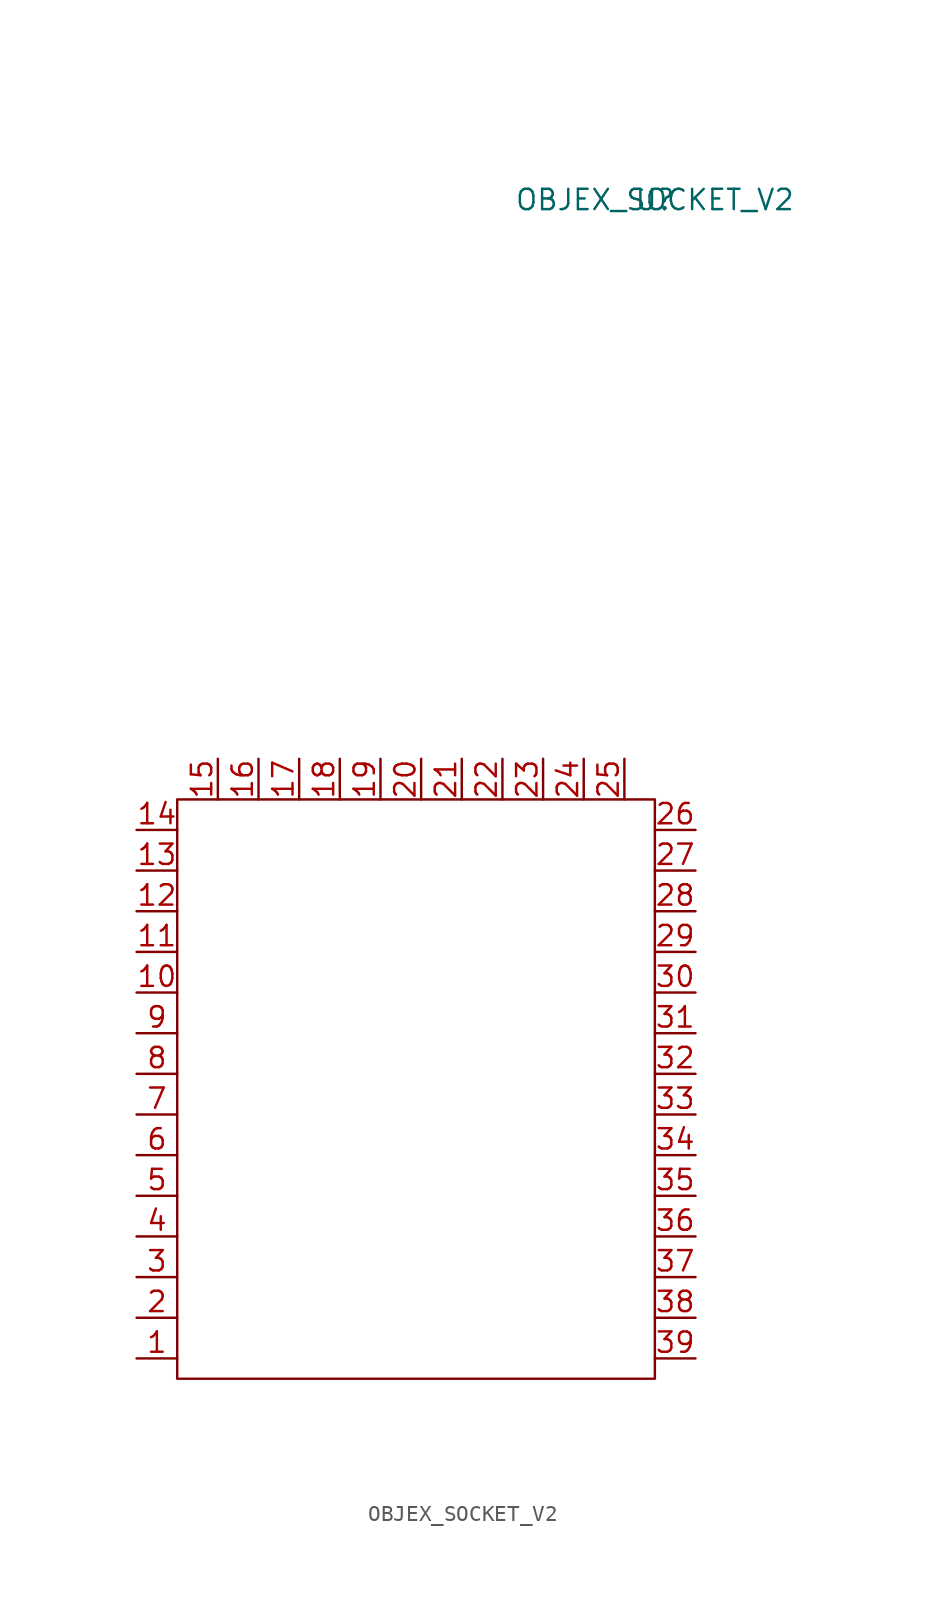
<source format=kicad_sym>
(kicad_symbol_lib
  (version 20211014)
  (generator kicad_symbol_editor)
  (symbol "OBJEX_SOCKET_V2"
    (pin_names
      (offset 1.016))
    (property "Reference" "U"
      (at 14.605 28.575 0)
      (effects (font (size 1.27 1.27))))
    (property "Value" "OBJEX_SOCKET_V2"
      (at 14.605 28.575 0)
      (effects (font (size 1.27 1.27))))
    (symbol "OBJEX_SOCKET_V2_0_1"
      (rectangle (start -15.24 -8.89) (end 14.605 -45.085) (stroke (width 0) (type default) (color 0 0 0 0)) (fill (type none))))
    (symbol "OBJEX_SOCKET_V2_1_1"
      (pin input line (at -17.78 -43.815 0) (length 2.54) (name "~" (effects (font (size 1.27 1.27)))) (number "1" (effects (font (size 1.27 1.27)))))
      (pin input line (at -17.78 -20.955 0) (length 2.54) (name "~" (effects (font (size 1.27 1.27)))) (number "10" (effects (font (size 1.27 1.27)))))
      (pin input line (at -17.78 -18.415 0) (length 2.54) (name "~" (effects (font (size 1.27 1.27)))) (number "11" (effects (font (size 1.27 1.27)))))
      (pin input line (at -17.78 -15.875 0) (length 2.54) (name "~" (effects (font (size 1.27 1.27)))) (number "12" (effects (font (size 1.27 1.27)))))
      (pin input line (at -17.78 -13.335 0) (length 2.54) (name "~" (effects (font (size 1.27 1.27)))) (number "13" (effects (font (size 1.27 1.27)))))
      (pin input line (at -17.78 -10.795 0) (length 2.54) (name "~" (effects (font (size 1.27 1.27)))) (number "14" (effects (font (size 1.27 1.27)))))
      (pin input line (at -12.7 -6.35 270) (length 2.54) (name "~" (effects (font (size 1.27 1.27)))) (number "15" (effects (font (size 1.27 1.27)))))
      (pin input line (at -10.16 -6.35 270) (length 2.54) (name "~" (effects (font (size 1.27 1.27)))) (number "16" (effects (font (size 1.27 1.27)))))
      (pin input line (at -7.62 -6.35 270) (length 2.54) (name "~" (effects (font (size 1.27 1.27)))) (number "17" (effects (font (size 1.27 1.27)))))
      (pin input line (at -5.08 -6.35 270) (length 2.54) (name "~" (effects (font (size 1.27 1.27)))) (number "18" (effects (font (size 1.27 1.27)))))
      (pin input line (at -2.54 -6.35 270) (length 2.54) (name "~" (effects (font (size 1.27 1.27)))) (number "19" (effects (font (size 1.27 1.27)))))
      (pin input line (at -17.78 -41.275 0) (length 2.54) (name "~" (effects (font (size 1.27 1.27)))) (number "2" (effects (font (size 1.27 1.27)))))
      (pin input line (at 0 -6.35 270) (length 2.54) (name "~" (effects (font (size 1.27 1.27)))) (number "20" (effects (font (size 1.27 1.27)))))
      (pin input line (at 2.54 -6.35 270) (length 2.54) (name "~" (effects (font (size 1.27 1.27)))) (number "21" (effects (font (size 1.27 1.27)))))
      (pin input line (at 5.08 -6.35 270) (length 2.54) (name "~" (effects (font (size 1.27 1.27)))) (number "22" (effects (font (size 1.27 1.27)))))
      (pin input line (at 7.62 -6.35 270) (length 2.54) (name "~" (effects (font (size 1.27 1.27)))) (number "23" (effects (font (size 1.27 1.27)))))
      (pin input line (at 10.16 -6.35 270) (length 2.54) (name "~" (effects (font (size 1.27 1.27)))) (number "24" (effects (font (size 1.27 1.27)))))
      (pin input line (at 12.7 -6.35 270) (length 2.54) (name "~" (effects (font (size 1.27 1.27)))) (number "25" (effects (font (size 1.27 1.27)))))
      (pin input line (at 17.145 -10.795 180) (length 2.54) (name "~" (effects (font (size 1.27 1.27)))) (number "26" (effects (font (size 1.27 1.27)))))
      (pin input line (at 17.145 -13.335 180) (length 2.54) (name "~" (effects (font (size 1.27 1.27)))) (number "27" (effects (font (size 1.27 1.27)))))
      (pin input line (at 17.145 -15.875 180) (length 2.54) (name "~" (effects (font (size 1.27 1.27)))) (number "28" (effects (font (size 1.27 1.27)))))
      (pin input line (at 17.145 -18.415 180) (length 2.54) (name "~" (effects (font (size 1.27 1.27)))) (number "29" (effects (font (size 1.27 1.27)))))
      (pin input line (at -17.78 -38.735 0) (length 2.54) (name "~" (effects (font (size 1.27 1.27)))) (number "3" (effects (font (size 1.27 1.27)))))
      (pin input line (at 17.145 -20.955 180) (length 2.54) (name "~" (effects (font (size 1.27 1.27)))) (number "30" (effects (font (size 1.27 1.27)))))
      (pin input line (at 17.145 -23.495 180) (length 2.54) (name "~" (effects (font (size 1.27 1.27)))) (number "31" (effects (font (size 1.27 1.27)))))
      (pin input line (at 17.145 -26.035 180) (length 2.54) (name "~" (effects (font (size 1.27 1.27)))) (number "32" (effects (font (size 1.27 1.27)))))
      (pin input line (at 17.145 -28.575 180) (length 2.54) (name "~" (effects (font (size 1.27 1.27)))) (number "33" (effects (font (size 1.27 1.27)))))
      (pin input line (at 17.145 -31.115 180) (length 2.54) (name "~" (effects (font (size 1.27 1.27)))) (number "34" (effects (font (size 1.27 1.27)))))
      (pin input line (at 17.145 -33.655 180) (length 2.54) (name "~" (effects (font (size 1.27 1.27)))) (number "35" (effects (font (size 1.27 1.27)))))
      (pin input line (at 17.145 -36.195 180) (length 2.54) (name "~" (effects (font (size 1.27 1.27)))) (number "36" (effects (font (size 1.27 1.27)))))
      (pin input line (at 17.145 -38.735 180) (length 2.54) (name "~" (effects (font (size 1.27 1.27)))) (number "37" (effects (font (size 1.27 1.27)))))
      (pin input line (at 17.145 -41.275 180) (length 2.54) (name "~" (effects (font (size 1.27 1.27)))) (number "38" (effects (font (size 1.27 1.27)))))
      (pin input line (at 17.145 -43.815 180) (length 2.54) (name "~" (effects (font (size 1.27 1.27)))) (number "39" (effects (font (size 1.27 1.27)))))
      (pin input line (at -17.78 -36.195 0) (length 2.54) (name "~" (effects (font (size 1.27 1.27)))) (number "4" (effects (font (size 1.27 1.27)))))
      (pin input line (at -17.78 -33.655 0) (length 2.54) (name "~" (effects (font (size 1.27 1.27)))) (number "5" (effects (font (size 1.27 1.27)))))
      (pin input line (at -17.78 -31.115 0) (length 2.54) (name "~" (effects (font (size 1.27 1.27)))) (number "6" (effects (font (size 1.27 1.27)))))
      (pin input line (at -17.78 -28.575 0) (length 2.54) (name "~" (effects (font (size 1.27 1.27)))) (number "7" (effects (font (size 1.27 1.27)))))
      (pin input line (at -17.78 -26.035 0) (length 2.54) (name "~" (effects (font (size 1.27 1.27)))) (number "8" (effects (font (size 1.27 1.27)))))
      (pin input line (at -17.78 -23.495 0) (length 2.54) (name "~" (effects (font (size 1.27 1.27)))) (number "9" (effects (font (size 1.27 1.27))))))))
</source>
